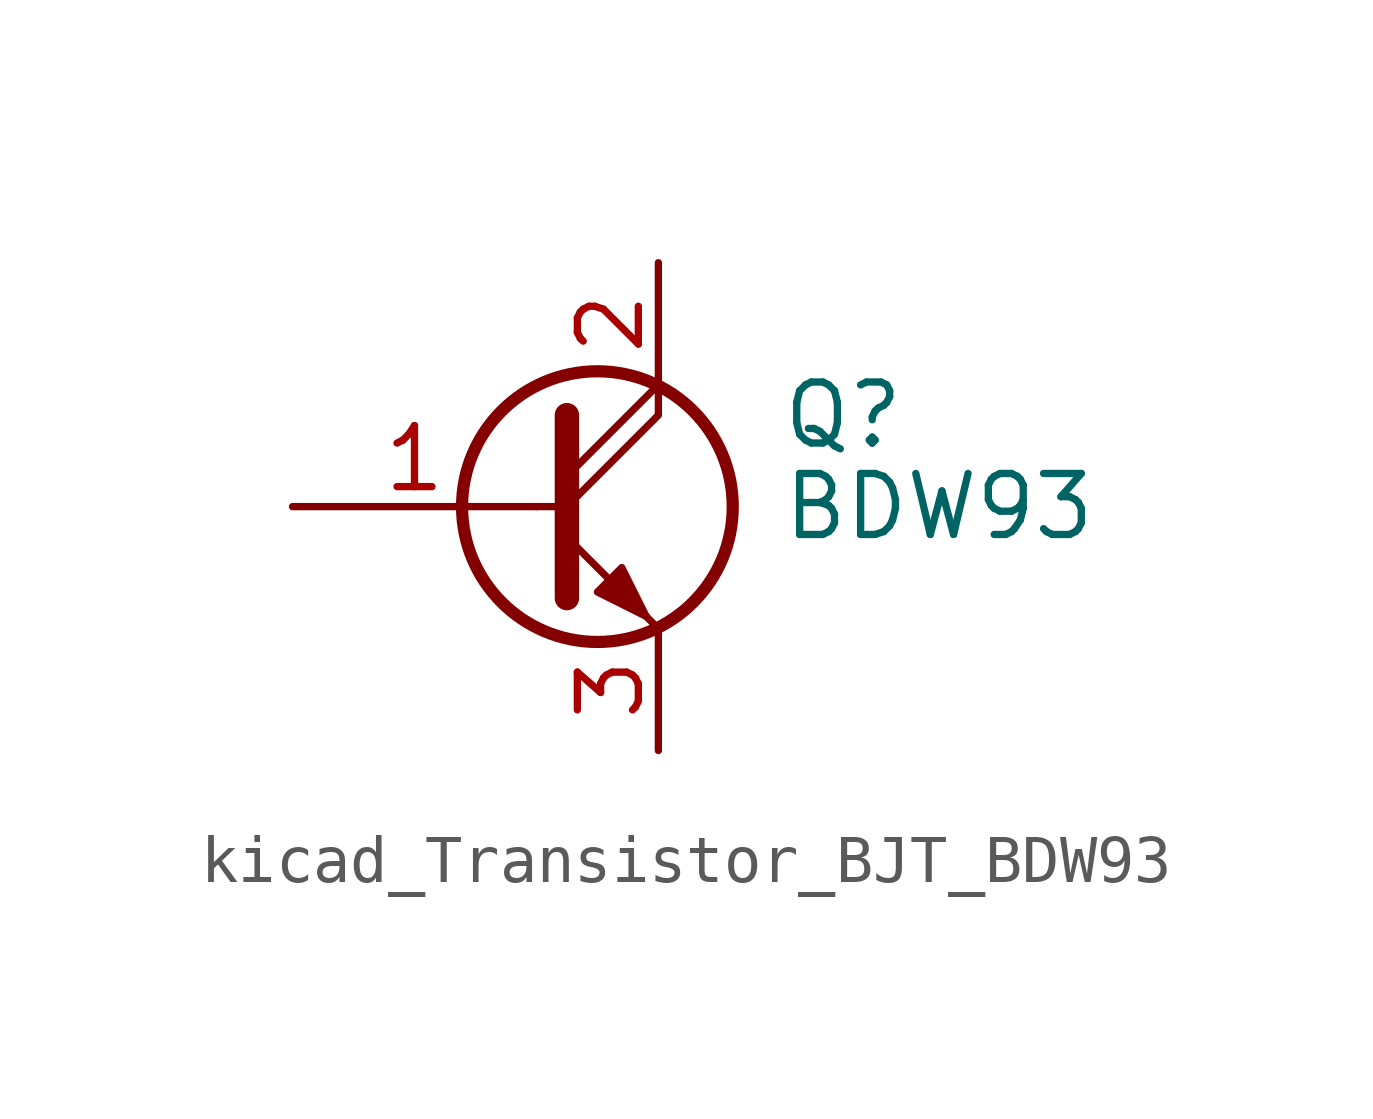
<source format=kicad_sym>
(kicad_symbol_lib
  (version 20220914)
  (generator kicad_symbol_editor)
  (symbol "kicad_Transistor_BJT_BDW93"
    (pin_names
      (offset 0) hide)
    (property "Reference" "Q"
      (at 5.08 1.905 0)
      (effects (font (size 1.27 1.27)) (justify left)))
    (property "Value" "BDW93"
      (at 5.08 0 0)
      (effects (font (size 1.27 1.27)) (justify left)))
    (symbol "kicad_Transistor_BJT_BDW93_0_1"
      (polyline (pts (xy 0.635 0.635) (xy 2.54 2.54)) (stroke (width 0) (type default)) (fill (type none)))
      (polyline (pts (xy 0.635 -0.635) (xy 2.54 -2.54) (xy 2.54 -2.54)) (stroke (width 0) (type default)) (fill (type none)))
      (polyline (pts (xy 0.635 0) (xy 2.54 1.905) (xy 2.54 2.54)) (stroke (width 0) (type default)) (fill (type none)))
      (polyline (pts (xy 0.635 1.905) (xy 0.635 -1.905) (xy 0.635 -1.905)) (stroke (width 0.508) (type default)) (fill (type none)))
      (polyline (pts (xy 1.27 -1.778) (xy 1.778 -1.27) (xy 2.286 -2.286) (xy 1.27 -1.778) (xy 1.27 -1.778)) (stroke (width 0) (type default)) (fill (type outline)))
      (circle (center 1.27 0) (radius 2.819) (stroke (width 0.254) (type default)) (fill (type none))))
    (symbol "kicad_Transistor_BJT_BDW93_1_1"
      (polyline (pts (xy 0 0) (xy 0.508 0)) (stroke (width 0) (type default)) (fill (type none)))
      (pin input line (at -5.08 0 0) (length 5.08) (name "B" (effects (font (size 1.27 1.27)))) (number "1" (effects (font (size 1.27 1.27)))))
      (pin passive line (at 2.54 5.08 270) (length 2.54) (name "C" (effects (font (size 1.27 1.27)))) (number "2" (effects (font (size 1.27 1.27)))))
      (pin passive line (at 2.54 -5.08 90) (length 2.54) (name "E" (effects (font (size 1.27 1.27)))) (number "3" (effects (font (size 1.27 1.27))))))))
</source>
